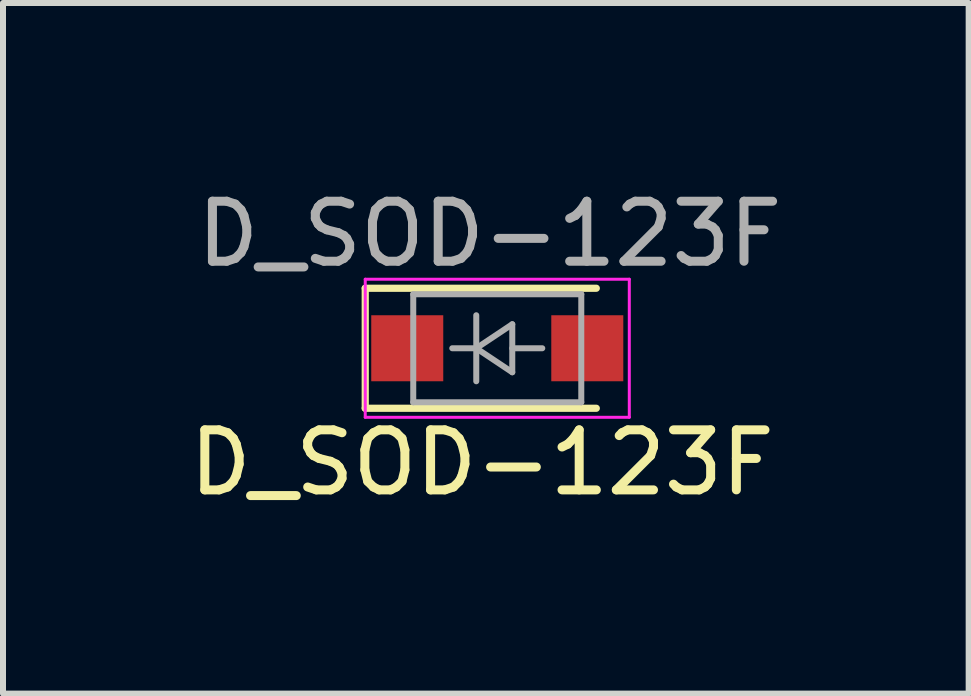
<source format=kicad_pcb>
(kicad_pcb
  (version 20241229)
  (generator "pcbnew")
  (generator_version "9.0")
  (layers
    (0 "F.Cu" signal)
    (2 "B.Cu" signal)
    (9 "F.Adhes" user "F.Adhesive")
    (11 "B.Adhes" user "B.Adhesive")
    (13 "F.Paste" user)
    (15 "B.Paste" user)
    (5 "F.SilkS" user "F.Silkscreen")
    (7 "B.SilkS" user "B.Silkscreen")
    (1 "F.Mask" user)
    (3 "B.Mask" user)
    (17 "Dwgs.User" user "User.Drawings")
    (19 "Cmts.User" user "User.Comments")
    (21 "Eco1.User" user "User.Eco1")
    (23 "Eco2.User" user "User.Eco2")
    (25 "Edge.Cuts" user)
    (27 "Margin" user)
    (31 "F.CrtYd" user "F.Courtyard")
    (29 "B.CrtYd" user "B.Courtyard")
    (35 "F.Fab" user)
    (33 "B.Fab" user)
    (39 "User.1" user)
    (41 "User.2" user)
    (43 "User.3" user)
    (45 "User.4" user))
  (footprint "D_SOD-123F"
    (layer "F.Cu")
    (at 5.236 2.753)
    (property "Reference" "D_SOD-123F" (at -0.254 1.905 0) (layer "F.SilkS") (effects (font (size 1 1) (thickness 0.15))))
    (attr smd)
    (fp_line (start -2.2 -1) (end -2.2 1) (stroke (width 0.12) (type solid)) (layer "F.SilkS"))
    (fp_line (start -2.2 -1) (end 1.65 -1) (stroke (width 0.12) (type solid)) (layer "F.SilkS"))
    (fp_line (start -2.2 1) (end 1.65 1) (stroke (width 0.12) (type solid)) (layer "F.SilkS"))
    (fp_line (start -2.2 -1.15) (end -2.2 1.15) (stroke (width 0.05) (type solid)) (layer "F.CrtYd"))
    (fp_line (start -2.2 -1.15) (end 2.2 -1.15) (stroke (width 0.05) (type solid)) (layer "F.CrtYd"))
    (fp_line (start 2.2 -1.15) (end 2.2 1.15) (stroke (width 0.05) (type solid)) (layer "F.CrtYd"))
    (fp_line (start 2.2 1.15) (end -2.2 1.15) (stroke (width 0.05) (type solid)) (layer "F.CrtYd"))
    (fp_line (start -1.4 -0.9) (end 1.4 -0.9) (stroke (width 0.1) (type solid)) (layer "F.Fab"))
    (fp_line (start -1.4 0.9) (end -1.4 -0.9) (stroke (width 0.1) (type solid)) (layer "F.Fab"))
    (fp_line (start -0.75 0) (end -0.35 0) (stroke (width 0.1) (type solid)) (layer "F.Fab"))
    (fp_line (start -0.35 0) (end -0.35 -0.55) (stroke (width 0.1) (type solid)) (layer "F.Fab"))
    (fp_line (start -0.35 0) (end -0.35 0.55) (stroke (width 0.1) (type solid)) (layer "F.Fab"))
    (fp_line (start -0.35 0) (end 0.25 -0.4) (stroke (width 0.1) (type solid)) (layer "F.Fab"))
    (fp_line (start 0.25 -0.4) (end 0.25 0.4) (stroke (width 0.1) (type solid)) (layer "F.Fab"))
    (fp_line (start 0.25 0) (end 0.75 0) (stroke (width 0.1) (type solid)) (layer "F.Fab"))
    (fp_line (start 0.25 0.4) (end -0.35 0) (stroke (width 0.1) (type solid)) (layer "F.Fab"))
    (fp_line (start 1.4 -0.9) (end 1.4 0.9) (stroke (width 0.1) (type solid)) (layer "F.Fab"))
    (fp_line (start 1.4 0.9) (end -1.4 0.9) (stroke (width 0.1) (type solid)) (layer "F.Fab"))
    (fp_text user "${REFERENCE}" (at -0.127 -1.905 0) (layer "F.Fab") (effects (font (size 1 1) (thickness 0.15))))
    (pad "1" smd rect (at -1.5 0) (size 1.2 1.1) (layers "F.Cu" "F.Mask" "F.Paste"))
    (pad "2" smd rect (at 1.5 0) (size 1.2 1.1) (layers "F.Cu" "F.Mask" "F.Paste")))
  (gr_rect
    (start -3 -3)
    (end 13.091 8.507)
    (stroke (width 0.1) (type default))
    (fill no)
    (layer "Edge.Cuts")))
</source>
